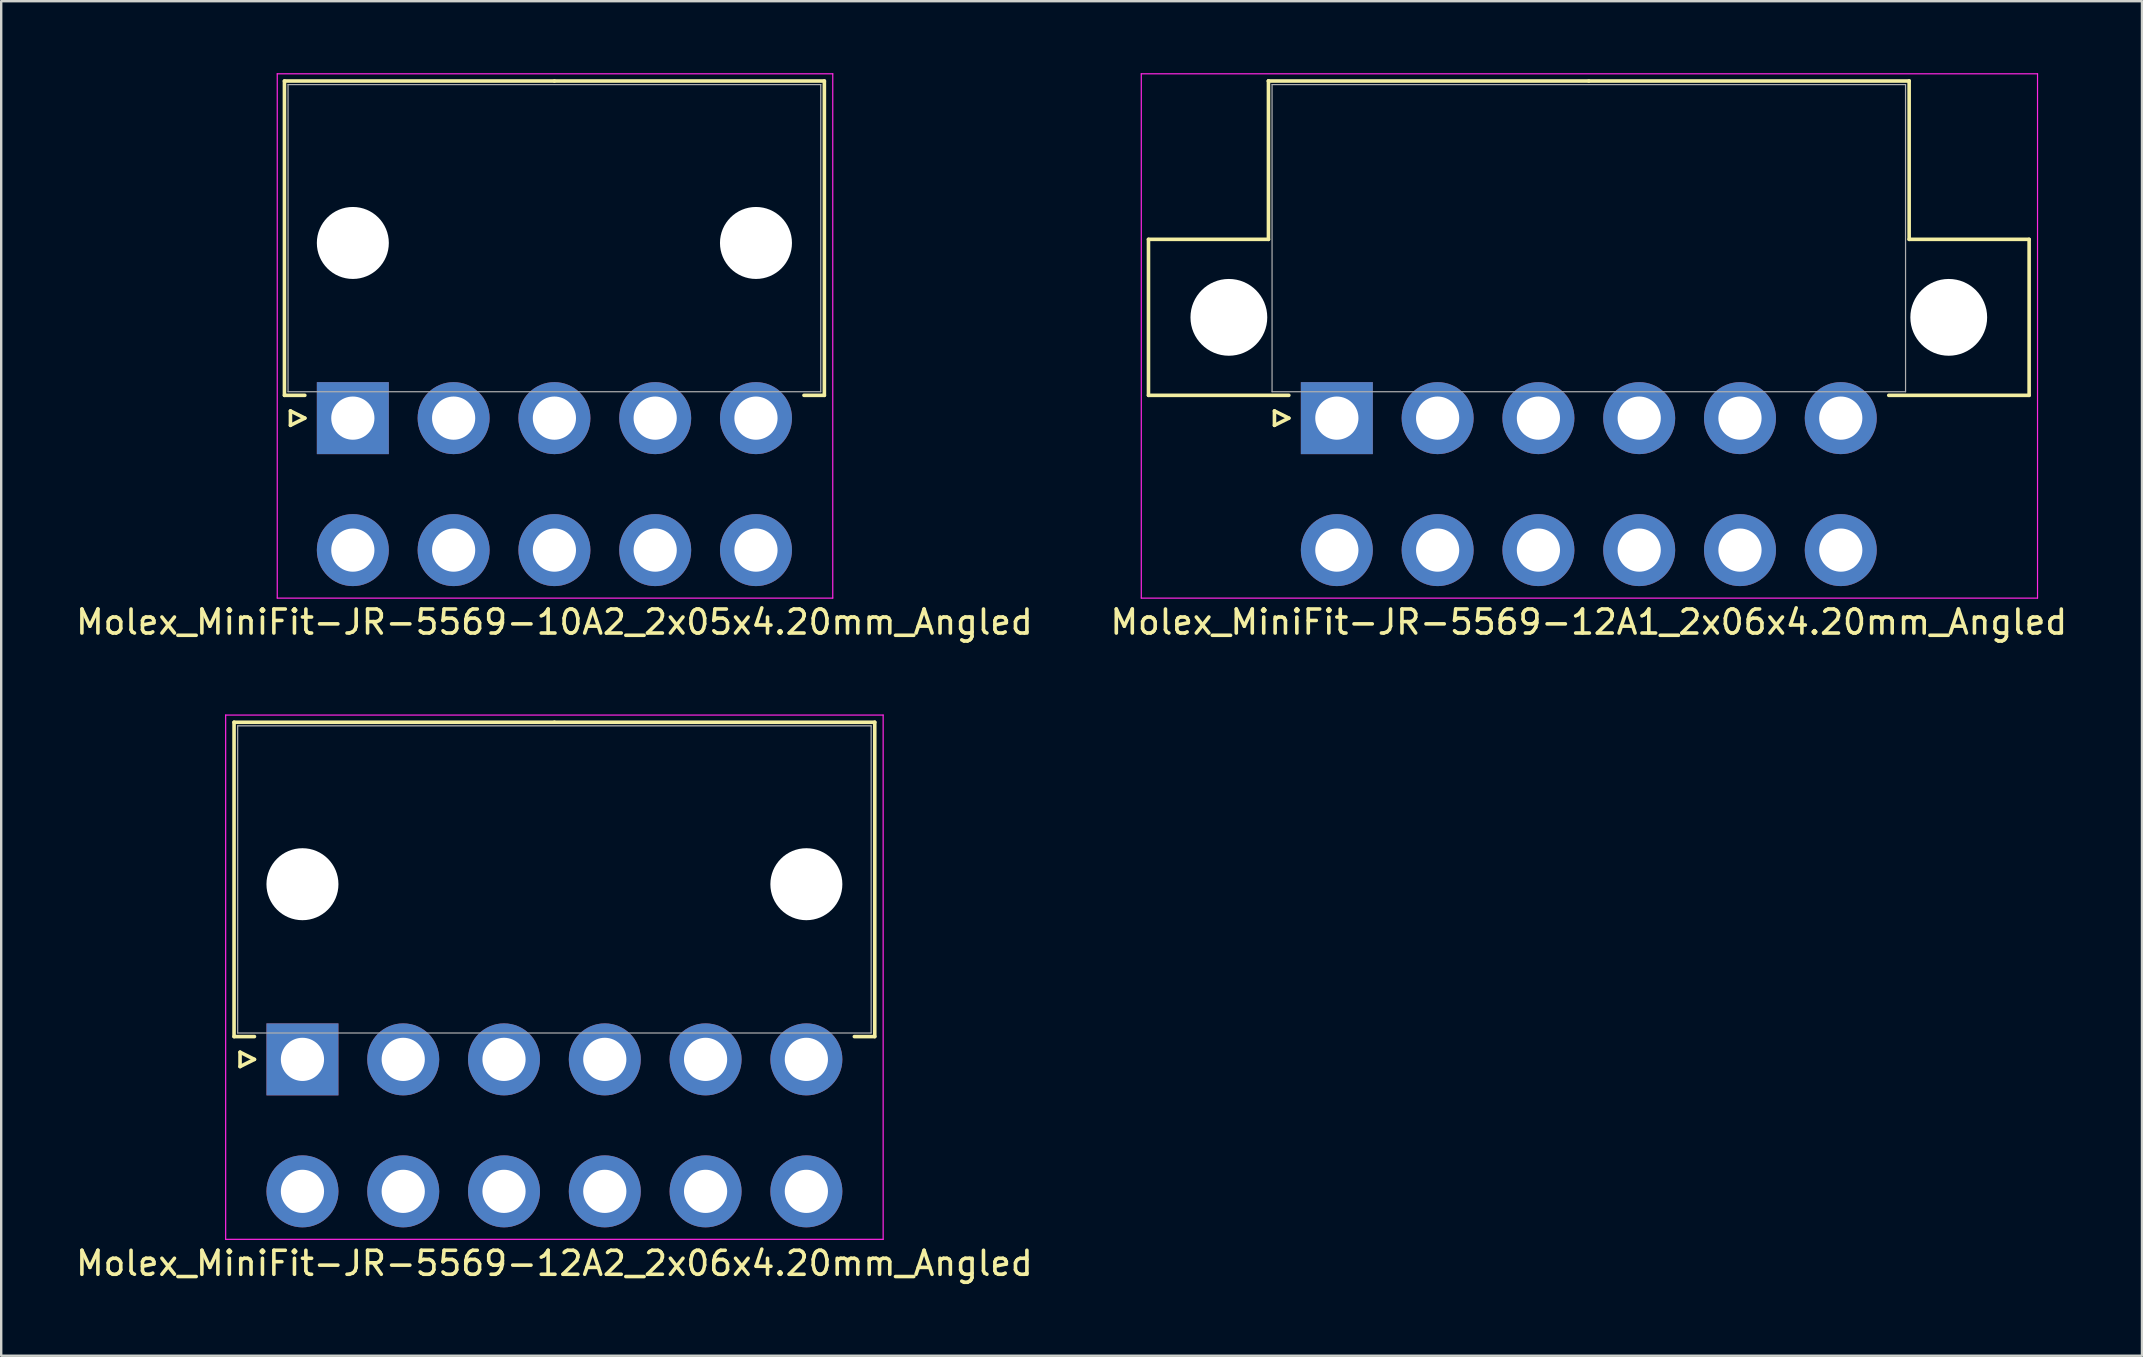
<source format=kicad_pcb>
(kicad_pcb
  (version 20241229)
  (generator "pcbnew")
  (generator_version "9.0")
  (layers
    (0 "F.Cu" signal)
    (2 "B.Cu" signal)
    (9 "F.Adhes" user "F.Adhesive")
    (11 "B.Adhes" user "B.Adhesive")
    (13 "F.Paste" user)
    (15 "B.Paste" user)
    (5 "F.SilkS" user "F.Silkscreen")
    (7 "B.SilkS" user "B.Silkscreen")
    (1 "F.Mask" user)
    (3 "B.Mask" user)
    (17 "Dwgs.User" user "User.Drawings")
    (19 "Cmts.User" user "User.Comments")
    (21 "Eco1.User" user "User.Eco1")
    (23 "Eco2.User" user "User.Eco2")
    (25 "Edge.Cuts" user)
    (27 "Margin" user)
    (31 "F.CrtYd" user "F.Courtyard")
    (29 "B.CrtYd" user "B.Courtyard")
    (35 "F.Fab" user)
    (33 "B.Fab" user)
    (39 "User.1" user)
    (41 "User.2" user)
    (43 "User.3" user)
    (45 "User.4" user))
  (footprint "Molex_MiniFit-JR-5569-10A2_2x05x4.20mm_Angled"
    (layer "F.Cu")
    (at 11.654 14.375)
    (property "Reference" "Molex_MiniFit-JR-5569-10A2_2x05x4.20mm_Angled" (at 8.4 8.5 0) (layer "F.SilkS") (effects (font (size 1 1) (thickness 0.15))))
    (attr through_hole)
    (fp_line (start -2.85 -14.05) (end 8.4 -14.05) (stroke (width 0.15) (type solid)) (layer "F.SilkS"))
    (fp_line (start -2.85 -0.95) (end -2.85 -14.05) (stroke (width 0.15) (type solid)) (layer "F.SilkS"))
    (fp_line (start -2.6 -0.3) (end -2 0) (stroke (width 0.15) (type solid)) (layer "F.SilkS"))
    (fp_line (start -2.6 0.3) (end -2.6 -0.3) (stroke (width 0.15) (type solid)) (layer "F.SilkS"))
    (fp_line (start -2 -0.95) (end -2.85 -0.95) (stroke (width 0.15) (type solid)) (layer "F.SilkS"))
    (fp_line (start -2 0) (end -2.6 0.3) (stroke (width 0.15) (type solid)) (layer "F.SilkS"))
    (fp_line (start 18.8 -0.95) (end 19.65 -0.95) (stroke (width 0.15) (type solid)) (layer "F.SilkS"))
    (fp_line (start 19.65 -14.05) (end 8.4 -14.05) (stroke (width 0.15) (type solid)) (layer "F.SilkS"))
    (fp_line (start 19.65 -0.95) (end 19.65 -14.05) (stroke (width 0.15) (type solid)) (layer "F.SilkS"))
    (fp_line (start -3.15 -14.35) (end -3.15 7.5) (stroke (width 0.05) (type solid)) (layer "F.CrtYd"))
    (fp_line (start -3.15 7.5) (end 20 7.5) (stroke (width 0.05) (type solid)) (layer "F.CrtYd"))
    (fp_line (start 20 -14.35) (end -3.15 -14.35) (stroke (width 0.05) (type solid)) (layer "F.CrtYd"))
    (fp_line (start 20 7.5) (end 20 -14.35) (stroke (width 0.05) (type solid)) (layer "F.CrtYd"))
    (fp_line (start -2.7 -13.9) (end -2.7 -1.1) (stroke (width 0.05) (type solid)) (layer "F.Fab"))
    (fp_line (start -2.7 -1.1) (end 19.5 -1.1) (stroke (width 0.05) (type solid)) (layer "F.Fab"))
    (fp_line (start 19.5 -13.9) (end -2.7 -13.9) (stroke (width 0.05) (type solid)) (layer "F.Fab"))
    (fp_line (start 19.5 -1.1) (end 19.5 -13.9) (stroke (width 0.05) (type solid)) (layer "F.Fab"))
    (pad "" np_thru_hole circle (at 0 -7.3) (size 3 3) (drill 3) (layers "*.Cu"))
    (pad "" np_thru_hole circle (at 16.8 -7.3) (size 3 3) (drill 3) (layers "*.Cu"))
    (pad "1" thru_hole rect (at 0 0) (size 3 3) (drill 1.8) (layers "*.Cu" "*.Mask"))
    (pad "2" thru_hole circle (at 4.2 0) (size 3 3) (drill 1.8) (layers "*.Cu" "*.Mask"))
    (pad "3" thru_hole circle (at 8.4 0) (size 3 3) (drill 1.8) (layers "*.Cu" "*.Mask"))
    (pad "4" thru_hole circle (at 12.6 0) (size 3 3) (drill 1.8) (layers "*.Cu" "*.Mask"))
    (pad "5" thru_hole circle (at 16.8 0) (size 3 3) (drill 1.8) (layers "*.Cu" "*.Mask"))
    (pad "6" thru_hole circle (at 0 5.5) (size 3 3) (drill 1.8) (layers "*.Cu" "*.Mask"))
    (pad "7" thru_hole circle (at 4.2 5.5) (size 3 3) (drill 1.8) (layers "*.Cu" "*.Mask"))
    (pad "8" thru_hole circle (at 8.4 5.5) (size 3 3) (drill 1.8) (layers "*.Cu" "*.Mask"))
    (pad "9" thru_hole circle (at 12.6 5.5) (size 3 3) (drill 1.8) (layers "*.Cu" "*.Mask"))
    (pad "10" thru_hole circle (at 16.8 5.5) (size 3 3) (drill 1.8) (layers "*.Cu" "*.Mask")))
  (footprint "Molex_MiniFit-JR-5569-12A1_2x06x4.20mm_Angled"
    (layer "F.Cu")
    (at 52.661 14.375)
    (property "Reference" "Molex_MiniFit-JR-5569-12A1_2x06x4.20mm_Angled" (at 10.5 8.5 0) (layer "F.SilkS") (effects (font (size 1 1) (thickness 0.15))))
    (attr through_hole)
    (fp_line (start -7.85 -7.45) (end -7.85 -0.95) (stroke (width 0.15) (type solid)) (layer "F.SilkS"))
    (fp_line (start -7.85 -0.95) (end -2 -0.95) (stroke (width 0.15) (type solid)) (layer "F.SilkS"))
    (fp_line (start -2.85 -14.05) (end -2.85 -14.05) (stroke (width 0.15) (type solid)) (layer "F.SilkS"))
    (fp_line (start -2.85 -14.05) (end -2.85 -7.45) (stroke (width 0.15) (type solid)) (layer "F.SilkS"))
    (fp_line (start -2.85 -7.45) (end -7.85 -7.45) (stroke (width 0.15) (type solid)) (layer "F.SilkS"))
    (fp_line (start -2.6 -0.3) (end -2 0) (stroke (width 0.15) (type solid)) (layer "F.SilkS"))
    (fp_line (start -2.6 0.3) (end -2.6 -0.3) (stroke (width 0.15) (type solid)) (layer "F.SilkS"))
    (fp_line (start -2 0) (end -2.6 0.3) (stroke (width 0.15) (type solid)) (layer "F.SilkS"))
    (fp_line (start 10.5 -14.05) (end -2.85 -14.05) (stroke (width 0.15) (type solid)) (layer "F.SilkS"))
    (fp_line (start 10.5 -14.05) (end 23.85 -14.05) (stroke (width 0.15) (type solid)) (layer "F.SilkS"))
    (fp_line (start 23.85 -14.05) (end 23.85 -14.05) (stroke (width 0.15) (type solid)) (layer "F.SilkS"))
    (fp_line (start 23.85 -14.05) (end 23.85 -7.45) (stroke (width 0.15) (type solid)) (layer "F.SilkS"))
    (fp_line (start 23.85 -7.45) (end 28.85 -7.45) (stroke (width 0.15) (type solid)) (layer "F.SilkS"))
    (fp_line (start 28.85 -7.45) (end 28.85 -0.95) (stroke (width 0.15) (type solid)) (layer "F.SilkS"))
    (fp_line (start 28.85 -0.95) (end 23 -0.95) (stroke (width 0.15) (type solid)) (layer "F.SilkS"))
    (fp_line (start -8.15 -14.35) (end -8.15 7.5) (stroke (width 0.05) (type solid)) (layer "F.CrtYd"))
    (fp_line (start -8.15 7.5) (end 29.2 7.5) (stroke (width 0.05) (type solid)) (layer "F.CrtYd"))
    (fp_line (start 29.2 -14.35) (end -8.15 -14.35) (stroke (width 0.05) (type solid)) (layer "F.CrtYd"))
    (fp_line (start 29.2 7.5) (end 29.2 -14.35) (stroke (width 0.05) (type solid)) (layer "F.CrtYd"))
    (fp_line (start -2.7 -13.9) (end -2.7 -1.1) (stroke (width 0.05) (type solid)) (layer "F.Fab"))
    (fp_line (start -2.7 -1.1) (end 23.7 -1.1) (stroke (width 0.05) (type solid)) (layer "F.Fab"))
    (fp_line (start 23.7 -13.9) (end -2.7 -13.9) (stroke (width 0.05) (type solid)) (layer "F.Fab"))
    (fp_line (start 23.7 -1.1) (end 23.7 -13.9) (stroke (width 0.05) (type solid)) (layer "F.Fab"))
    (pad "" np_thru_hole circle (at -4.5 -4.2) (size 3.2 3.2) (drill 3.2) (layers "*.Cu"))
    (pad "" np_thru_hole circle (at 25.5 -4.2) (size 3.2 3.2) (drill 3.2) (layers "*.Cu"))
    (pad "1" thru_hole rect (at 0 0) (size 3 3) (drill 1.8) (layers "*.Cu" "*.Mask"))
    (pad "2" thru_hole circle (at 4.2 0) (size 3 3) (drill 1.8) (layers "*.Cu" "*.Mask"))
    (pad "3" thru_hole circle (at 8.4 0) (size 3 3) (drill 1.8) (layers "*.Cu" "*.Mask"))
    (pad "4" thru_hole circle (at 12.6 0) (size 3 3) (drill 1.8) (layers "*.Cu" "*.Mask"))
    (pad "5" thru_hole circle (at 16.8 0) (size 3 3) (drill 1.8) (layers "*.Cu" "*.Mask"))
    (pad "6" thru_hole circle (at 21 0) (size 3 3) (drill 1.8) (layers "*.Cu" "*.Mask"))
    (pad "7" thru_hole circle (at 0 5.5) (size 3 3) (drill 1.8) (layers "*.Cu" "*.Mask"))
    (pad "8" thru_hole circle (at 4.2 5.5) (size 3 3) (drill 1.8) (layers "*.Cu" "*.Mask"))
    (pad "9" thru_hole circle (at 8.4 5.5) (size 3 3) (drill 1.8) (layers "*.Cu" "*.Mask"))
    (pad "10" thru_hole circle (at 12.6 5.5) (size 3 3) (drill 1.8) (layers "*.Cu" "*.Mask"))
    (pad "11" thru_hole circle (at 16.8 5.5) (size 3 3) (drill 1.8) (layers "*.Cu" "*.Mask"))
    (pad "12" thru_hole circle (at 21 5.5) (size 3 3) (drill 1.8) (layers "*.Cu" "*.Mask")))
  (footprint "Molex_MiniFit-JR-5569-12A2_2x06x4.20mm_Angled"
    (layer "F.Cu")
    (at 9.554 41.098)
    (property "Reference" "Molex_MiniFit-JR-5569-12A2_2x06x4.20mm_Angled" (at 10.5 8.5 0) (layer "F.SilkS") (effects (font (size 1 1) (thickness 0.15))))
    (attr through_hole)
    (fp_line (start -2.85 -14.05) (end 10.5 -14.05) (stroke (width 0.15) (type solid)) (layer "F.SilkS"))
    (fp_line (start -2.85 -0.95) (end -2.85 -14.05) (stroke (width 0.15) (type solid)) (layer "F.SilkS"))
    (fp_line (start -2.6 -0.3) (end -2 0) (stroke (width 0.15) (type solid)) (layer "F.SilkS"))
    (fp_line (start -2.6 0.3) (end -2.6 -0.3) (stroke (width 0.15) (type solid)) (layer "F.SilkS"))
    (fp_line (start -2 -0.95) (end -2.85 -0.95) (stroke (width 0.15) (type solid)) (layer "F.SilkS"))
    (fp_line (start -2 0) (end -2.6 0.3) (stroke (width 0.15) (type solid)) (layer "F.SilkS"))
    (fp_line (start 23 -0.95) (end 23.85 -0.95) (stroke (width 0.15) (type solid)) (layer "F.SilkS"))
    (fp_line (start 23.85 -14.05) (end 10.5 -14.05) (stroke (width 0.15) (type solid)) (layer "F.SilkS"))
    (fp_line (start 23.85 -0.95) (end 23.85 -14.05) (stroke (width 0.15) (type solid)) (layer "F.SilkS"))
    (fp_line (start -3.2 -14.35) (end -3.2 7.5) (stroke (width 0.05) (type solid)) (layer "F.CrtYd"))
    (fp_line (start -3.2 7.5) (end 24.2 7.5) (stroke (width 0.05) (type solid)) (layer "F.CrtYd"))
    (fp_line (start 24.2 -14.35) (end -3.2 -14.35) (stroke (width 0.05) (type solid)) (layer "F.CrtYd"))
    (fp_line (start 24.2 7.5) (end 24.2 -14.35) (stroke (width 0.05) (type solid)) (layer "F.CrtYd"))
    (fp_line (start -2.7 -13.9) (end -2.7 -1.1) (stroke (width 0.05) (type solid)) (layer "F.Fab"))
    (fp_line (start -2.7 -1.1) (end 23.7 -1.1) (stroke (width 0.05) (type solid)) (layer "F.Fab"))
    (fp_line (start 23.7 -13.9) (end -2.7 -13.9) (stroke (width 0.05) (type solid)) (layer "F.Fab"))
    (fp_line (start 23.7 -1.1) (end 23.7 -13.9) (stroke (width 0.05) (type solid)) (layer "F.Fab"))
    (pad "" np_thru_hole circle (at 0 -7.3) (size 3 3) (drill 3) (layers "*.Cu"))
    (pad "" np_thru_hole circle (at 21 -7.3) (size 3 3) (drill 3) (layers "*.Cu"))
    (pad "1" thru_hole rect (at 0 0) (size 3 3) (drill 1.8) (layers "*.Cu" "*.Mask"))
    (pad "2" thru_hole circle (at 4.2 0) (size 3 3) (drill 1.8) (layers "*.Cu" "*.Mask"))
    (pad "3" thru_hole circle (at 8.4 0) (size 3 3) (drill 1.8) (layers "*.Cu" "*.Mask"))
    (pad "4" thru_hole circle (at 12.6 0) (size 3 3) (drill 1.8) (layers "*.Cu" "*.Mask"))
    (pad "5" thru_hole circle (at 16.8 0) (size 3 3) (drill 1.8) (layers "*.Cu" "*.Mask"))
    (pad "6" thru_hole circle (at 21 0) (size 3 3) (drill 1.8) (layers "*.Cu" "*.Mask"))
    (pad "7" thru_hole circle (at 0 5.5) (size 3 3) (drill 1.8) (layers "*.Cu" "*.Mask"))
    (pad "8" thru_hole circle (at 4.2 5.5) (size 3 3) (drill 1.8) (layers "*.Cu" "*.Mask"))
    (pad "9" thru_hole circle (at 8.4 5.5) (size 3 3) (drill 1.8) (layers "*.Cu" "*.Mask"))
    (pad "10" thru_hole circle (at 12.6 5.5) (size 3 3) (drill 1.8) (layers "*.Cu" "*.Mask"))
    (pad "11" thru_hole circle (at 16.8 5.5) (size 3 3) (drill 1.8) (layers "*.Cu" "*.Mask"))
    (pad "12" thru_hole circle (at 21 5.5) (size 3 3) (drill 1.8) (layers "*.Cu" "*.Mask")))
  (gr_rect
    (start -3 -3)
    (end 86.214 53.447)
    (stroke (width 0.1) (type default))
    (fill no)
    (layer "Edge.Cuts")))
</source>
